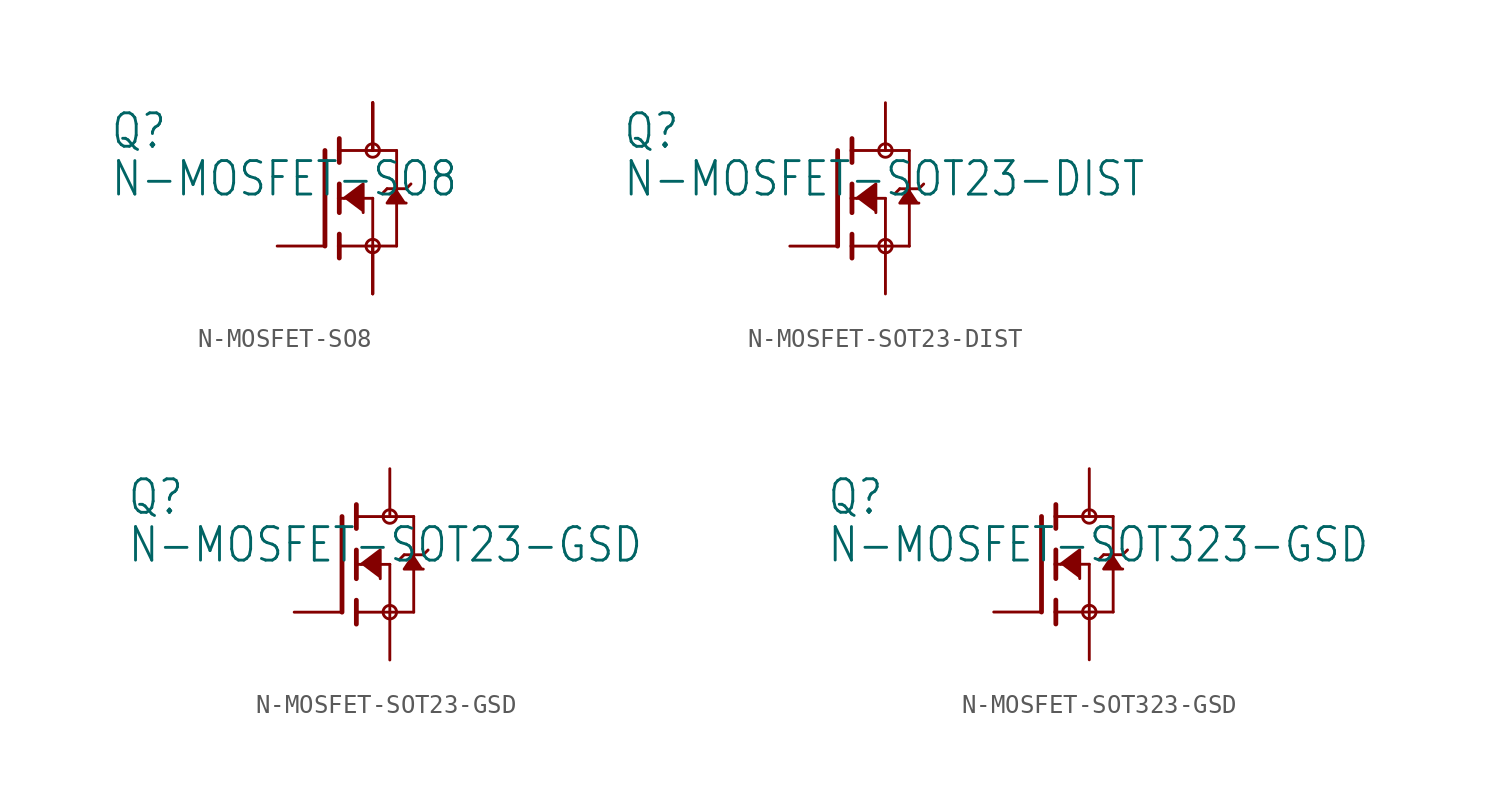
<source format=kicad_sym>
(kicad_symbol_lib
  (version 20211014)
  (generator kicad_symbol_editor)
  (symbol "N-MOSFET-SO8"
    (property "Reference" "Q"
      (at -11.43 2.54 0)
      (effects (font (size 1.778 1.511)) (justify left bottom)))
    (property "Value" "N-MOSFET-SO8"
      (at -11.43 0 0)
      (effects (font (size 1.778 1.511)) (justify left bottom)))
    (property "ki_locked" ""
      (at 0 0 0)
      (effects (font (size 1.27 1.27))))
    (symbol "N-MOSFET-SO8_1_0"
      (polyline (pts (xy 0 2.54) (xy 0 -2.54)) (stroke (width 0.254) (type default) (color 0 0 0 0)) (fill (type none)))
      (polyline (pts (xy 0.762 -2.54) (xy 0.762 -3.175)) (stroke (width 0.254) (type default) (color 0 0 0 0)) (fill (type none)))
      (polyline (pts (xy 0.762 -1.905) (xy 0.762 -2.54)) (stroke (width 0.254) (type default) (color 0 0 0 0)) (fill (type none)))
      (polyline (pts (xy 0.762 0) (xy 0.762 -0.762)) (stroke (width 0.254) (type default) (color 0 0 0 0)) (fill (type none)))
      (polyline (pts (xy 0.762 0) (xy 2.54 0)) (stroke (width 0.152) (type default) (color 0 0 0 0)) (fill (type none)))
      (polyline (pts (xy 0.762 0.762) (xy 0.762 0)) (stroke (width 0.254) (type default) (color 0 0 0 0)) (fill (type none)))
      (polyline (pts (xy 0.762 2.54) (xy 0.762 1.905)) (stroke (width 0.254) (type default) (color 0 0 0 0)) (fill (type none)))
      (polyline (pts (xy 0.762 2.54) (xy 3.81 2.54)) (stroke (width 0.152) (type default) (color 0 0 0 0)) (fill (type none)))
      (polyline (pts (xy 0.762 3.175) (xy 0.762 2.54)) (stroke (width 0.254) (type default) (color 0 0 0 0)) (fill (type none)))
      (polyline (pts (xy 2.54 -2.54) (xy 0.762 -2.54)) (stroke (width 0.152) (type default) (color 0 0 0 0)) (fill (type none)))
      (polyline (pts (xy 2.54 -2.54) (xy 3.81 -2.54)) (stroke (width 0.152) (type default) (color 0 0 0 0)) (fill (type none)))
      (polyline (pts (xy 2.54 0) (xy 2.54 -2.54)) (stroke (width 0.152) (type default) (color 0 0 0 0)) (fill (type none)))
      (polyline (pts (xy 3.302 0.508) (xy 3.048 0.254)) (stroke (width 0.152) (type default) (color 0 0 0 0)) (fill (type none)))
      (polyline (pts (xy 3.81 0.508) (xy 3.302 0.508)) (stroke (width 0.152) (type default) (color 0 0 0 0)) (fill (type none)))
      (polyline (pts (xy 3.81 0.508) (xy 3.81 -2.54)) (stroke (width 0.152) (type default) (color 0 0 0 0)) (fill (type none)))
      (polyline (pts (xy 3.81 2.54) (xy 3.81 0.508)) (stroke (width 0.152) (type default) (color 0 0 0 0)) (fill (type none)))
      (polyline (pts (xy 4.318 0.508) (xy 3.81 0.508)) (stroke (width 0.152) (type default) (color 0 0 0 0)) (fill (type none)))
      (polyline (pts (xy 4.572 0.762) (xy 4.318 0.508)) (stroke (width 0.152) (type default) (color 0 0 0 0)) (fill (type none)))
      (polyline (pts (xy 1.016 0) (xy 2.032 0.762) (xy 2.032 -0.762)) (stroke (width 0) (type default) (color 0 0 0 0)) (fill (type outline)))
      (polyline (pts (xy 3.81 0.508) (xy 3.302 -0.254) (xy 4.318 -0.254)) (stroke (width 0) (type default) (color 0 0 0 0)) (fill (type outline)))
      (circle (center 2.54 -2.54) (radius 0.359) (stroke (width 0) (type default) (color 0 0 0 0)) (fill (type none)))
      (circle (center 2.54 2.54) (radius 0.359) (stroke (width 0) (type default) (color 0 0 0 0)) (fill (type none)))
      (pin passive line (at 2.54 -5.08 90) (length 2.54) (name "S" (effects (font (size 0 0)))) (number "1" (effects (font (size 0 0)))))
      (pin passive line (at 2.54 -5.08 90) (length 2.54) (name "S" (effects (font (size 0 0)))) (number "2" (effects (font (size 0 0)))))
      (pin passive line (at 2.54 -5.08 90) (length 2.54) (name "S" (effects (font (size 0 0)))) (number "3" (effects (font (size 0 0)))))
      (pin passive line (at -2.54 -2.54 0) (length 2.54) (name "G" (effects (font (size 0 0)))) (number "4" (effects (font (size 0 0)))))
      (pin passive line (at 2.54 5.08 270) (length 2.54) (name "D" (effects (font (size 0 0)))) (number "5" (effects (font (size 0 0)))))
      (pin passive line (at 2.54 5.08 270) (length 2.54) (name "D" (effects (font (size 0 0)))) (number "6" (effects (font (size 0 0)))))
      (pin passive line (at 2.54 5.08 270) (length 2.54) (name "D" (effects (font (size 0 0)))) (number "7" (effects (font (size 0 0)))))
      (pin passive line (at 2.54 5.08 270) (length 2.54) (name "D" (effects (font (size 0 0)))) (number "8" (effects (font (size 0 0)))))))
  (symbol "N-MOSFET-SOT23-DIST"
    (property "Reference" "Q"
      (at -11.43 2.54 0)
      (effects (font (size 1.778 1.511)) (justify left bottom)))
    (property "Value" "N-MOSFET-SOT23-DIST"
      (at -11.43 0 0)
      (effects (font (size 1.778 1.511)) (justify left bottom)))
    (property "ki_locked" ""
      (at 0 0 0)
      (effects (font (size 1.27 1.27))))
    (symbol "N-MOSFET-SOT23-DIST_1_0"
      (polyline (pts (xy 0 2.54) (xy 0 -2.54)) (stroke (width 0.254) (type default) (color 0 0 0 0)) (fill (type none)))
      (polyline (pts (xy 0.762 -2.54) (xy 0.762 -3.175)) (stroke (width 0.254) (type default) (color 0 0 0 0)) (fill (type none)))
      (polyline (pts (xy 0.762 -1.905) (xy 0.762 -2.54)) (stroke (width 0.254) (type default) (color 0 0 0 0)) (fill (type none)))
      (polyline (pts (xy 0.762 0) (xy 0.762 -0.762)) (stroke (width 0.254) (type default) (color 0 0 0 0)) (fill (type none)))
      (polyline (pts (xy 0.762 0) (xy 2.54 0)) (stroke (width 0.152) (type default) (color 0 0 0 0)) (fill (type none)))
      (polyline (pts (xy 0.762 0.762) (xy 0.762 0)) (stroke (width 0.254) (type default) (color 0 0 0 0)) (fill (type none)))
      (polyline (pts (xy 0.762 2.54) (xy 0.762 1.905)) (stroke (width 0.254) (type default) (color 0 0 0 0)) (fill (type none)))
      (polyline (pts (xy 0.762 2.54) (xy 3.81 2.54)) (stroke (width 0.152) (type default) (color 0 0 0 0)) (fill (type none)))
      (polyline (pts (xy 0.762 3.175) (xy 0.762 2.54)) (stroke (width 0.254) (type default) (color 0 0 0 0)) (fill (type none)))
      (polyline (pts (xy 2.54 -2.54) (xy 0.762 -2.54)) (stroke (width 0.152) (type default) (color 0 0 0 0)) (fill (type none)))
      (polyline (pts (xy 2.54 -2.54) (xy 3.81 -2.54)) (stroke (width 0.152) (type default) (color 0 0 0 0)) (fill (type none)))
      (polyline (pts (xy 2.54 0) (xy 2.54 -2.54)) (stroke (width 0.152) (type default) (color 0 0 0 0)) (fill (type none)))
      (polyline (pts (xy 3.302 0.508) (xy 3.048 0.254)) (stroke (width 0.152) (type default) (color 0 0 0 0)) (fill (type none)))
      (polyline (pts (xy 3.81 0.508) (xy 3.302 0.508)) (stroke (width 0.152) (type default) (color 0 0 0 0)) (fill (type none)))
      (polyline (pts (xy 3.81 0.508) (xy 3.81 -2.54)) (stroke (width 0.152) (type default) (color 0 0 0 0)) (fill (type none)))
      (polyline (pts (xy 3.81 2.54) (xy 3.81 0.508)) (stroke (width 0.152) (type default) (color 0 0 0 0)) (fill (type none)))
      (polyline (pts (xy 4.318 0.508) (xy 3.81 0.508)) (stroke (width 0.152) (type default) (color 0 0 0 0)) (fill (type none)))
      (polyline (pts (xy 4.572 0.762) (xy 4.318 0.508)) (stroke (width 0.152) (type default) (color 0 0 0 0)) (fill (type none)))
      (polyline (pts (xy 1.016 0) (xy 2.032 0.762) (xy 2.032 -0.762)) (stroke (width 0) (type default) (color 0 0 0 0)) (fill (type outline)))
      (polyline (pts (xy 3.81 0.508) (xy 3.302 -0.254) (xy 4.318 -0.254)) (stroke (width 0) (type default) (color 0 0 0 0)) (fill (type outline)))
      (circle (center 2.54 -2.54) (radius 0.359) (stroke (width 0) (type default) (color 0 0 0 0)) (fill (type none)))
      (circle (center 2.54 2.54) (radius 0.359) (stroke (width 0) (type default) (color 0 0 0 0)) (fill (type none)))
      (pin passive line (at -2.54 -2.54 0) (length 2.54) (name "G" (effects (font (size 0 0)))) (number "1" (effects (font (size 0 0)))))
      (pin passive line (at 2.54 -5.08 90) (length 2.54) (name "S" (effects (font (size 0 0)))) (number "2" (effects (font (size 0 0)))))
      (pin passive line (at 2.54 5.08 270) (length 2.54) (name "D" (effects (font (size 0 0)))) (number "3" (effects (font (size 0 0)))))))
  (symbol "N-MOSFET-SOT23-GSD"
    (property "Reference" "Q"
      (at -11.43 2.54 0)
      (effects (font (size 1.778 1.511)) (justify left bottom)))
    (property "Value" "N-MOSFET-SOT23-GSD"
      (at -11.43 0 0)
      (effects (font (size 1.778 1.511)) (justify left bottom)))
    (property "ki_locked" ""
      (at 0 0 0)
      (effects (font (size 1.27 1.27))))
    (symbol "N-MOSFET-SOT23-GSD_1_0"
      (polyline (pts (xy 0 2.54) (xy 0 -2.54)) (stroke (width 0.254) (type default) (color 0 0 0 0)) (fill (type none)))
      (polyline (pts (xy 0.762 -2.54) (xy 0.762 -3.175)) (stroke (width 0.254) (type default) (color 0 0 0 0)) (fill (type none)))
      (polyline (pts (xy 0.762 -1.905) (xy 0.762 -2.54)) (stroke (width 0.254) (type default) (color 0 0 0 0)) (fill (type none)))
      (polyline (pts (xy 0.762 0) (xy 0.762 -0.762)) (stroke (width 0.254) (type default) (color 0 0 0 0)) (fill (type none)))
      (polyline (pts (xy 0.762 0) (xy 2.54 0)) (stroke (width 0.152) (type default) (color 0 0 0 0)) (fill (type none)))
      (polyline (pts (xy 0.762 0.762) (xy 0.762 0)) (stroke (width 0.254) (type default) (color 0 0 0 0)) (fill (type none)))
      (polyline (pts (xy 0.762 2.54) (xy 0.762 1.905)) (stroke (width 0.254) (type default) (color 0 0 0 0)) (fill (type none)))
      (polyline (pts (xy 0.762 2.54) (xy 3.81 2.54)) (stroke (width 0.152) (type default) (color 0 0 0 0)) (fill (type none)))
      (polyline (pts (xy 0.762 3.175) (xy 0.762 2.54)) (stroke (width 0.254) (type default) (color 0 0 0 0)) (fill (type none)))
      (polyline (pts (xy 2.54 -2.54) (xy 0.762 -2.54)) (stroke (width 0.152) (type default) (color 0 0 0 0)) (fill (type none)))
      (polyline (pts (xy 2.54 -2.54) (xy 3.81 -2.54)) (stroke (width 0.152) (type default) (color 0 0 0 0)) (fill (type none)))
      (polyline (pts (xy 2.54 0) (xy 2.54 -2.54)) (stroke (width 0.152) (type default) (color 0 0 0 0)) (fill (type none)))
      (polyline (pts (xy 3.302 0.508) (xy 3.048 0.254)) (stroke (width 0.152) (type default) (color 0 0 0 0)) (fill (type none)))
      (polyline (pts (xy 3.81 0.508) (xy 3.302 0.508)) (stroke (width 0.152) (type default) (color 0 0 0 0)) (fill (type none)))
      (polyline (pts (xy 3.81 0.508) (xy 3.81 -2.54)) (stroke (width 0.152) (type default) (color 0 0 0 0)) (fill (type none)))
      (polyline (pts (xy 3.81 2.54) (xy 3.81 0.508)) (stroke (width 0.152) (type default) (color 0 0 0 0)) (fill (type none)))
      (polyline (pts (xy 4.318 0.508) (xy 3.81 0.508)) (stroke (width 0.152) (type default) (color 0 0 0 0)) (fill (type none)))
      (polyline (pts (xy 4.572 0.762) (xy 4.318 0.508)) (stroke (width 0.152) (type default) (color 0 0 0 0)) (fill (type none)))
      (polyline (pts (xy 1.016 0) (xy 2.032 0.762) (xy 2.032 -0.762)) (stroke (width 0) (type default) (color 0 0 0 0)) (fill (type outline)))
      (polyline (pts (xy 3.81 0.508) (xy 3.302 -0.254) (xy 4.318 -0.254)) (stroke (width 0) (type default) (color 0 0 0 0)) (fill (type outline)))
      (circle (center 2.54 -2.54) (radius 0.359) (stroke (width 0) (type default) (color 0 0 0 0)) (fill (type none)))
      (circle (center 2.54 2.54) (radius 0.359) (stroke (width 0) (type default) (color 0 0 0 0)) (fill (type none)))
      (pin passive line (at -2.54 -2.54 0) (length 2.54) (name "G" (effects (font (size 0 0)))) (number "1" (effects (font (size 0 0)))))
      (pin passive line (at 2.54 -5.08 90) (length 2.54) (name "S" (effects (font (size 0 0)))) (number "2" (effects (font (size 0 0)))))
      (pin passive line (at 2.54 5.08 270) (length 2.54) (name "D" (effects (font (size 0 0)))) (number "3" (effects (font (size 0 0)))))))
  (symbol "N-MOSFET-SOT323-GSD"
    (property "Reference" "Q"
      (at -11.43 2.54 0)
      (effects (font (size 1.778 1.511)) (justify left bottom)))
    (property "Value" "N-MOSFET-SOT323-GSD"
      (at -11.43 0 0)
      (effects (font (size 1.778 1.511)) (justify left bottom)))
    (property "ki_locked" ""
      (at 0 0 0)
      (effects (font (size 1.27 1.27))))
    (symbol "N-MOSFET-SOT323-GSD_1_0"
      (polyline (pts (xy 0 2.54) (xy 0 -2.54)) (stroke (width 0.254) (type default) (color 0 0 0 0)) (fill (type none)))
      (polyline (pts (xy 0.762 -2.54) (xy 0.762 -3.175)) (stroke (width 0.254) (type default) (color 0 0 0 0)) (fill (type none)))
      (polyline (pts (xy 0.762 -1.905) (xy 0.762 -2.54)) (stroke (width 0.254) (type default) (color 0 0 0 0)) (fill (type none)))
      (polyline (pts (xy 0.762 0) (xy 0.762 -0.762)) (stroke (width 0.254) (type default) (color 0 0 0 0)) (fill (type none)))
      (polyline (pts (xy 0.762 0) (xy 2.54 0)) (stroke (width 0.152) (type default) (color 0 0 0 0)) (fill (type none)))
      (polyline (pts (xy 0.762 0.762) (xy 0.762 0)) (stroke (width 0.254) (type default) (color 0 0 0 0)) (fill (type none)))
      (polyline (pts (xy 0.762 2.54) (xy 0.762 1.905)) (stroke (width 0.254) (type default) (color 0 0 0 0)) (fill (type none)))
      (polyline (pts (xy 0.762 2.54) (xy 3.81 2.54)) (stroke (width 0.152) (type default) (color 0 0 0 0)) (fill (type none)))
      (polyline (pts (xy 0.762 3.175) (xy 0.762 2.54)) (stroke (width 0.254) (type default) (color 0 0 0 0)) (fill (type none)))
      (polyline (pts (xy 2.54 -2.54) (xy 0.762 -2.54)) (stroke (width 0.152) (type default) (color 0 0 0 0)) (fill (type none)))
      (polyline (pts (xy 2.54 -2.54) (xy 3.81 -2.54)) (stroke (width 0.152) (type default) (color 0 0 0 0)) (fill (type none)))
      (polyline (pts (xy 2.54 0) (xy 2.54 -2.54)) (stroke (width 0.152) (type default) (color 0 0 0 0)) (fill (type none)))
      (polyline (pts (xy 3.302 0.508) (xy 3.048 0.254)) (stroke (width 0.152) (type default) (color 0 0 0 0)) (fill (type none)))
      (polyline (pts (xy 3.81 0.508) (xy 3.302 0.508)) (stroke (width 0.152) (type default) (color 0 0 0 0)) (fill (type none)))
      (polyline (pts (xy 3.81 0.508) (xy 3.81 -2.54)) (stroke (width 0.152) (type default) (color 0 0 0 0)) (fill (type none)))
      (polyline (pts (xy 3.81 2.54) (xy 3.81 0.508)) (stroke (width 0.152) (type default) (color 0 0 0 0)) (fill (type none)))
      (polyline (pts (xy 4.318 0.508) (xy 3.81 0.508)) (stroke (width 0.152) (type default) (color 0 0 0 0)) (fill (type none)))
      (polyline (pts (xy 4.572 0.762) (xy 4.318 0.508)) (stroke (width 0.152) (type default) (color 0 0 0 0)) (fill (type none)))
      (polyline (pts (xy 1.016 0) (xy 2.032 0.762) (xy 2.032 -0.762)) (stroke (width 0) (type default) (color 0 0 0 0)) (fill (type outline)))
      (polyline (pts (xy 3.81 0.508) (xy 3.302 -0.254) (xy 4.318 -0.254)) (stroke (width 0) (type default) (color 0 0 0 0)) (fill (type outline)))
      (circle (center 2.54 -2.54) (radius 0.359) (stroke (width 0) (type default) (color 0 0 0 0)) (fill (type none)))
      (circle (center 2.54 2.54) (radius 0.359) (stroke (width 0) (type default) (color 0 0 0 0)) (fill (type none)))
      (pin passive line (at -2.54 -2.54 0) (length 2.54) (name "G" (effects (font (size 0 0)))) (number "1" (effects (font (size 0 0)))))
      (pin passive line (at 2.54 -5.08 90) (length 2.54) (name "S" (effects (font (size 0 0)))) (number "2" (effects (font (size 0 0)))))
      (pin passive line (at 2.54 5.08 270) (length 2.54) (name "D" (effects (font (size 0 0)))) (number "3" (effects (font (size 0 0))))))))
</source>
